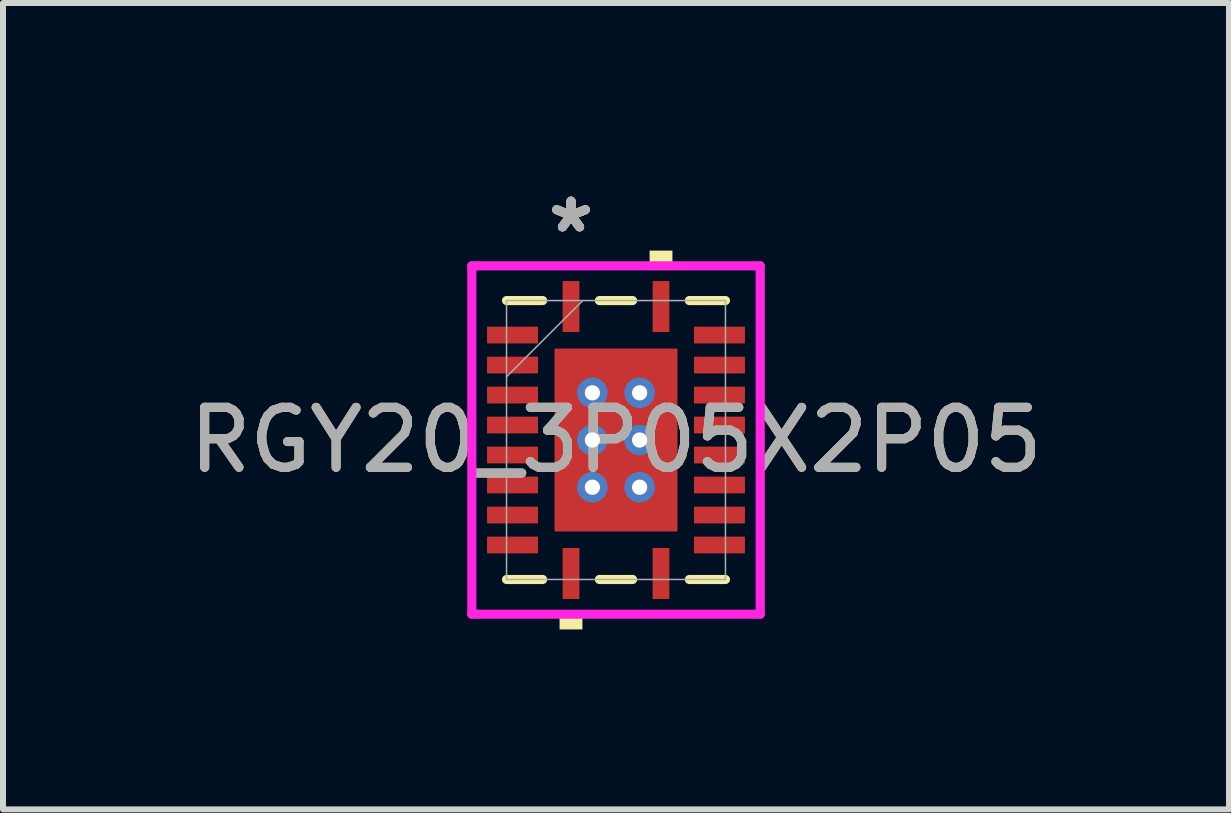
<source format=kicad_pcb>
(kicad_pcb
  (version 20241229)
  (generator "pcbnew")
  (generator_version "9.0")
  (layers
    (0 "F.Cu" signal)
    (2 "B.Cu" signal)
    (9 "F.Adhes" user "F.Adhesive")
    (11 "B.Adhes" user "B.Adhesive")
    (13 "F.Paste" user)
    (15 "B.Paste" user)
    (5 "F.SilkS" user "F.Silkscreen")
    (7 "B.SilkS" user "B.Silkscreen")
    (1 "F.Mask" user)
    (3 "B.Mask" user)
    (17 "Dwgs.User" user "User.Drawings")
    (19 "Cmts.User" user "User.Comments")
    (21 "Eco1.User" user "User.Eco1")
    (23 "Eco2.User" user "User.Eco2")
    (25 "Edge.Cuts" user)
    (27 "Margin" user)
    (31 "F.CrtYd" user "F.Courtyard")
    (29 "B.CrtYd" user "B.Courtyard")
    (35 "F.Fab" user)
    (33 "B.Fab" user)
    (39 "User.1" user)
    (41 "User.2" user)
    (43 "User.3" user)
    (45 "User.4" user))
  (footprint "RGY20_3P05X2P05"
    (layer "F.Cu")
    (at 7.22 4.286)
    (property "Reference" "RGY20_3P05X2P05" (at 0 0 0) (unlocked yes) (layer "F.SilkS") (effects (font (size 1 1) (thickness 0.15))))
    (attr smd)
    (fp_poly (pts (xy -2.22 -1.96) (xy -2.22 -1.54) (xy -1.23 -1.54) (xy -1.23 -1.96)) (stroke (width 0) (type solid)) (fill yes) (layer "F.Mask"))
    (fp_poly (pts (xy -2.22 -1.46) (xy -2.22 -1.04) (xy -1.23 -1.04) (xy -1.23 -1.46)) (stroke (width 0) (type solid)) (fill yes) (layer "F.Mask"))
    (fp_poly (pts (xy -2.22 -0.96) (xy -2.22 -0.54) (xy -1.23 -0.54) (xy -1.23 -0.96)) (stroke (width 0) (type solid)) (fill yes) (layer "F.Mask"))
    (fp_poly (pts (xy -2.22 -0.46) (xy -2.22 -0.04) (xy -1.23 -0.04) (xy -1.23 -0.46)) (stroke (width 0) (type solid)) (fill yes) (layer "F.Mask"))
    (fp_poly (pts (xy -2.22 0.04) (xy -2.22 0.46) (xy -1.23 0.46) (xy -1.23 0.04)) (stroke (width 0) (type solid)) (fill yes) (layer "F.Mask"))
    (fp_poly (pts (xy -2.22 0.54) (xy -2.22 0.96) (xy -1.23 0.96) (xy -1.23 0.54)) (stroke (width 0) (type solid)) (fill yes) (layer "F.Mask"))
    (fp_poly (pts (xy -2.22 1.04) (xy -2.22 1.46) (xy -1.23 1.46) (xy -1.23 1.04)) (stroke (width 0) (type solid)) (fill yes) (layer "F.Mask"))
    (fp_poly (pts (xy -2.22 1.54) (xy -2.22 1.96) (xy -1.23 1.96) (xy -1.23 1.54)) (stroke (width 0) (type solid)) (fill yes) (layer "F.Mask"))
    (fp_poly (pts (xy -1.089 -1.588) (xy -0.594 -1.588) (xy -0.594 1.588) (xy -1.089 1.588)) (stroke (width 0) (type solid)) (fill yes) (layer "F.Mask"))
    (fp_poly (pts (xy -1.089 -1.588) (xy 1.089 -1.588) (xy 1.089 -0.987) (xy -1.089 -0.987)) (stroke (width 0) (type solid)) (fill yes) (layer "F.Mask"))
    (fp_poly (pts (xy -1.089 -0.587) (xy 1.089 -0.587) (xy 1.089 -0.2) (xy -1.089 -0.2)) (stroke (width 0) (type solid)) (fill yes) (layer "F.Mask"))
    (fp_poly (pts (xy -1.089 0.2) (xy 1.089 0.2) (xy 1.089 0.587) (xy -1.089 0.587)) (stroke (width 0) (type solid)) (fill yes) (layer "F.Mask"))
    (fp_poly (pts (xy -1.089 0.987) (xy 1.089 0.987) (xy 1.089 1.588) (xy -1.089 1.588)) (stroke (width 0) (type solid)) (fill yes) (layer "F.Mask"))
    (fp_poly (pts (xy -0.96 -2.72) (xy -0.96 -1.73) (xy -0.54 -1.73) (xy -0.54 -2.72)) (stroke (width 0) (type solid)) (fill yes) (layer "F.Mask"))
    (fp_poly (pts (xy -0.96 1.73) (xy -0.96 2.72) (xy -0.54 2.72) (xy -0.54 1.73)) (stroke (width 0) (type solid)) (fill yes) (layer "F.Mask"))
    (fp_poly (pts (xy 0.194 -1.588) (xy -0.194 -1.588) (xy -0.194 1.588) (xy 0.194 1.588)) (stroke (width 0) (type solid)) (fill yes) (layer "F.Mask"))
    (fp_poly (pts (xy 0.54 -2.72) (xy 0.54 -1.73) (xy 0.96 -1.73) (xy 0.96 -2.72)) (stroke (width 0) (type solid)) (fill yes) (layer "F.Mask"))
    (fp_poly (pts (xy 0.54 1.73) (xy 0.54 2.72) (xy 0.96 2.72) (xy 0.96 1.73)) (stroke (width 0) (type solid)) (fill yes) (layer "F.Mask"))
    (fp_poly (pts (xy 0.594 -1.588) (xy 1.089 -1.588) (xy 1.089 1.588) (xy 0.594 1.588)) (stroke (width 0) (type solid)) (fill yes) (layer "F.Mask"))
    (fp_poly (pts (xy 1.23 -1.96) (xy 1.23 -1.54) (xy 2.22 -1.54) (xy 2.22 -1.96)) (stroke (width 0) (type solid)) (fill yes) (layer "F.Mask"))
    (fp_poly (pts (xy 1.23 -1.46) (xy 1.23 -1.04) (xy 2.22 -1.04) (xy 2.22 -1.46)) (stroke (width 0) (type solid)) (fill yes) (layer "F.Mask"))
    (fp_poly (pts (xy 1.23 -0.96) (xy 1.23 -0.54) (xy 2.22 -0.54) (xy 2.22 -0.96)) (stroke (width 0) (type solid)) (fill yes) (layer "F.Mask"))
    (fp_poly (pts (xy 1.23 -0.46) (xy 1.23 -0.04) (xy 2.22 -0.04) (xy 2.22 -0.46)) (stroke (width 0) (type solid)) (fill yes) (layer "F.Mask"))
    (fp_poly (pts (xy 1.23 0.04) (xy 1.23 0.46) (xy 2.22 0.46) (xy 2.22 0.04)) (stroke (width 0) (type solid)) (fill yes) (layer "F.Mask"))
    (fp_poly (pts (xy 1.23 0.54) (xy 1.23 0.96) (xy 2.22 0.96) (xy 2.22 0.54)) (stroke (width 0) (type solid)) (fill yes) (layer "F.Mask"))
    (fp_poly (pts (xy 1.23 1.04) (xy 1.23 1.46) (xy 2.22 1.46) (xy 2.22 1.04)) (stroke (width 0) (type solid)) (fill yes) (layer "F.Mask"))
    (fp_poly (pts (xy 1.23 1.54) (xy 1.23 1.96) (xy 2.22 1.96) (xy 2.22 1.54)) (stroke (width 0) (type solid)) (fill yes) (layer "F.Mask"))
    (fp_line (start -1.825 2.325) (end -1.223 2.325) (stroke (width 0.152) (type solid)) (layer "F.SilkS"))
    (fp_line (start -1.223 -2.325) (end -1.825 -2.325) (stroke (width 0.152) (type solid)) (layer "F.SilkS"))
    (fp_line (start -0.277 2.325) (end 0.277 2.325) (stroke (width 0.152) (type solid)) (layer "F.SilkS"))
    (fp_line (start 0.277 -2.325) (end -0.277 -2.325) (stroke (width 0.152) (type solid)) (layer "F.SilkS"))
    (fp_line (start 1.223 2.325) (end 1.825 2.325) (stroke (width 0.152) (type solid)) (layer "F.SilkS"))
    (fp_line (start 1.825 -2.325) (end 1.223 -2.325) (stroke (width 0.152) (type solid)) (layer "F.SilkS"))
    (fp_poly (pts (xy -0.941 2.904) (xy -0.941 3.158) (xy -0.56 3.158) (xy -0.56 2.904)) (stroke (width 0) (type solid)) (fill yes) (layer "F.SilkS"))
    (fp_poly (pts (xy 0.56 -2.904) (xy 0.56 -3.158) (xy 0.941 -3.158) (xy 0.941 -2.904)) (stroke (width 0) (type solid)) (fill yes) (layer "F.SilkS"))
    (fp_poly (pts (xy -2.125 -1.865) (xy -2.125 -1.635) (xy -1.325 -1.635) (xy -1.325 -1.865)) (stroke (width 0) (type solid)) (fill yes) (layer "F.Paste"))
    (fp_poly (pts (xy -2.125 -1.365) (xy -2.125 -1.135) (xy -1.325 -1.135) (xy -1.325 -1.365)) (stroke (width 0) (type solid)) (fill yes) (layer "F.Paste"))
    (fp_poly (pts (xy -2.125 -0.865) (xy -2.125 -0.635) (xy -1.325 -0.635) (xy -1.325 -0.865)) (stroke (width 0) (type solid)) (fill yes) (layer "F.Paste"))
    (fp_poly (pts (xy -2.125 -0.365) (xy -2.125 -0.135) (xy -1.325 -0.135) (xy -1.325 -0.365)) (stroke (width 0) (type solid)) (fill yes) (layer "F.Paste"))
    (fp_poly (pts (xy -2.125 0.135) (xy -2.125 0.365) (xy -1.325 0.365) (xy -1.325 0.135)) (stroke (width 0) (type solid)) (fill yes) (layer "F.Paste"))
    (fp_poly (pts (xy -2.125 0.635) (xy -2.125 0.865) (xy -1.325 0.865) (xy -1.325 0.635)) (stroke (width 0) (type solid)) (fill yes) (layer "F.Paste"))
    (fp_poly (pts (xy -2.125 1.135) (xy -2.125 1.365) (xy -1.325 1.365) (xy -1.325 1.135)) (stroke (width 0) (type solid)) (fill yes) (layer "F.Paste"))
    (fp_poly (pts (xy -2.125 1.635) (xy -2.125 1.865) (xy -1.325 1.865) (xy -1.325 1.635)) (stroke (width 0) (type solid)) (fill yes) (layer "F.Paste"))
    (fp_poly (pts (xy -0.865 -2.625) (xy -0.865 -1.825) (xy -0.635 -1.825) (xy -0.635 -2.625)) (stroke (width 0) (type solid)) (fill yes) (layer "F.Paste"))
    (fp_poly (pts (xy -0.865 1.825) (xy -0.865 2.625) (xy -0.635 2.625) (xy -0.635 1.825)) (stroke (width 0) (type solid)) (fill yes) (layer "F.Paste"))
    (fp_poly (pts (xy 0.635 -2.625) (xy 0.635 -1.825) (xy 0.865 -1.825) (xy 0.865 -2.625)) (stroke (width 0) (type solid)) (fill yes) (layer "F.Paste"))
    (fp_poly (pts (xy 0.635 1.825) (xy 0.635 2.625) (xy 0.865 2.625) (xy 0.865 1.825)) (stroke (width 0) (type solid)) (fill yes) (layer "F.Paste"))
    (fp_poly (pts (xy 1.325 -1.865) (xy 1.325 -1.635) (xy 2.125 -1.635) (xy 2.125 -1.865)) (stroke (width 0) (type solid)) (fill yes) (layer "F.Paste"))
    (fp_poly (pts (xy 1.325 -1.365) (xy 1.325 -1.135) (xy 2.125 -1.135) (xy 2.125 -1.365)) (stroke (width 0) (type solid)) (fill yes) (layer "F.Paste"))
    (fp_poly (pts (xy 1.325 -0.865) (xy 1.325 -0.635) (xy 2.125 -0.635) (xy 2.125 -0.865)) (stroke (width 0) (type solid)) (fill yes) (layer "F.Paste"))
    (fp_poly (pts (xy 1.325 -0.365) (xy 1.325 -0.135) (xy 2.125 -0.135) (xy 2.125 -0.365)) (stroke (width 0) (type solid)) (fill yes) (layer "F.Paste"))
    (fp_poly (pts (xy 1.325 0.135) (xy 1.325 0.365) (xy 2.125 0.365) (xy 2.125 0.135)) (stroke (width 0) (type solid)) (fill yes) (layer "F.Paste"))
    (fp_poly (pts (xy 1.325 0.635) (xy 1.325 0.865) (xy 2.125 0.865) (xy 2.125 0.635)) (stroke (width 0) (type solid)) (fill yes) (layer "F.Paste"))
    (fp_poly (pts (xy 1.325 1.135) (xy 1.325 1.365) (xy 2.125 1.365) (xy 2.125 1.135)) (stroke (width 0) (type solid)) (fill yes) (layer "F.Paste"))
    (fp_poly (pts (xy 1.325 1.635) (xy 1.325 1.865) (xy 2.125 1.865) (xy 2.125 1.635)) (stroke (width 0) (type solid)) (fill yes) (layer "F.Paste"))
    (fp_poly (pts (xy -0.95 -1.45) (xy -0.95 -0.887) (xy -0.635 -0.887) (xy -0.494 -1.029) (xy -0.494 -1.45)) (stroke (width 0) (type solid)) (fill yes) (layer "F.Paste"))
    (fp_poly (pts (xy -0.95 0.887) (xy -0.95 1.45) (xy -0.494 1.45) (xy -0.494 1.029) (xy -0.635 0.887)) (stroke (width 0) (type solid)) (fill yes) (layer "F.Paste"))
    (fp_poly (pts (xy 0.494 -1.45) (xy 0.494 -1.029) (xy 0.635 -0.887) (xy 0.95 -0.887) (xy 0.95 -1.45)) (stroke (width 0) (type solid)) (fill yes) (layer "F.Paste"))
    (fp_poly (pts (xy 0.635 0.887) (xy 0.494 1.029) (xy 0.494 1.45) (xy 0.95 1.45) (xy 0.95 0.887)) (stroke (width 0) (type solid)) (fill yes) (layer "F.Paste"))
    (fp_poly (pts (xy -0.95 -0.687) (xy -0.95 -0.1) (xy -0.635 -0.1) (xy -0.494 -0.241) (xy -0.494 -0.546) (xy -0.635 -0.687)) (stroke (width 0) (type solid)) (fill yes) (layer "F.Paste"))
    (fp_poly (pts (xy -0.95 0.1) (xy -0.95 0.687) (xy -0.635 0.687) (xy -0.494 0.546) (xy -0.494 0.241) (xy -0.635 0.1)) (stroke (width 0) (type solid)) (fill yes) (layer "F.Paste"))
    (fp_poly (pts (xy -0.294 -1.45) (xy -0.294 -1.029) (xy -0.152 -0.887) (xy 0.152 -0.887) (xy 0.294 -1.029) (xy 0.294 -1.45)) (stroke (width 0) (type solid)) (fill yes) (layer "F.Paste"))
    (fp_poly (pts (xy -0.152 0.887) (xy -0.294 1.029) (xy -0.294 1.45) (xy 0.294 1.45) (xy 0.294 1.029) (xy 0.152 0.887)) (stroke (width 0) (type solid)) (fill yes) (layer "F.Paste"))
    (fp_poly (pts (xy 0.635 -0.687) (xy 0.494 -0.546) (xy 0.494 -0.241) (xy 0.635 -0.1) (xy 0.95 -0.1) (xy 0.95 -0.687)) (stroke (width 0) (type solid)) (fill yes) (layer "F.Paste"))
    (fp_poly (pts (xy 0.635 0.1) (xy 0.494 0.241) (xy 0.494 0.546) (xy 0.635 0.687) (xy 0.95 0.687) (xy 0.95 0.1)) (stroke (width 0) (type solid)) (fill yes) (layer "F.Paste"))
    (fp_poly (pts (xy -0.152 -0.687) (xy -0.294 -0.546) (xy -0.294 -0.241) (xy -0.152 -0.1) (xy 0.152 -0.1) (xy 0.294 -0.241) (xy 0.294 -0.546) (xy 0.152 -0.687)) (stroke (width 0) (type solid)) (fill yes) (layer "F.Paste"))
    (fp_poly (pts (xy -0.152 0.1) (xy -0.294 0.241) (xy -0.294 0.546) (xy -0.152 0.687) (xy 0.152 0.687) (xy 0.294 0.546) (xy 0.294 0.241) (xy 0.152 0.1)) (stroke (width 0) (type solid)) (fill yes) (layer "F.Paste"))
    (fp_line (start -2.404 -2.904) (end 2.404 -2.904) (stroke (width 0.152) (type solid)) (layer "F.CrtYd"))
    (fp_line (start -2.404 2.904) (end -2.404 -2.904) (stroke (width 0.152) (type solid)) (layer "F.CrtYd"))
    (fp_line (start 2.404 -2.904) (end 2.404 2.904) (stroke (width 0.152) (type solid)) (layer "F.CrtYd"))
    (fp_line (start 2.404 2.904) (end -2.404 2.904) (stroke (width 0.152) (type solid)) (layer "F.CrtYd"))
    (fp_line (start -1.825 -2.325) (end -1.825 2.325) (stroke (width 0.025) (type solid)) (layer "F.Fab"))
    (fp_line (start -1.825 -1.055) (end -0.555 -2.325) (stroke (width 0.025) (type solid)) (layer "F.Fab"))
    (fp_line (start -1.825 2.325) (end 1.825 2.325) (stroke (width 0.025) (type solid)) (layer "F.Fab"))
    (fp_line (start 1.825 -2.325) (end -1.825 -2.325) (stroke (width 0.025) (type solid)) (layer "F.Fab"))
    (fp_line (start 1.825 2.325) (end 1.825 -2.325) (stroke (width 0.025) (type solid)) (layer "F.Fab"))
    (fp_text user "*" (at -0.75 -3.437 0) (unlocked yes) (layer "F.SilkS") (effects (font (size 1 1) (thickness 0.15))))
    (fp_text user "*" (at -0.75 -3.437 0) (layer "F.SilkS") (effects (font (size 1 1) (thickness 0.15))))
    (fp_text user "*" (at -0.75 -3.437 0) (layer "F.Fab") (effects (font (size 1 1) (thickness 0.15))))
    (fp_text user "${REFERENCE}" (at 0 0 0) (unlocked yes) (layer "F.Fab") (effects (font (size 1 1) (thickness 0.15))))
    (fp_text user "*" (at -0.75 -3.437 0) (unlocked yes) (layer "F.Fab") (effects (font (size 1 1) (thickness 0.15))))
    (pad "1" smd rect (at -0.75 -2.225) (size 0.28 0.85) (layers "F.Cu" "F.Mask"))
    (pad "2" smd rect (at -1.725 -1.75 90) (size 0.28 0.85) (layers "F.Cu" "F.Mask"))
    (pad "3" smd rect (at -1.725 -1.25 90) (size 0.28 0.85) (layers "F.Cu" "F.Mask"))
    (pad "4" smd rect (at -1.725 -0.75 90) (size 0.28 0.85) (layers "F.Cu" "F.Mask"))
    (pad "5" smd rect (at -1.725 -0.25 90) (size 0.28 0.85) (layers "F.Cu" "F.Mask"))
    (pad "6" smd rect (at -1.725 0.25 90) (size 0.28 0.85) (layers "F.Cu" "F.Mask"))
    (pad "7" smd rect (at -1.725 0.75 90) (size 0.28 0.85) (layers "F.Cu" "F.Mask"))
    (pad "8" smd rect (at -1.725 1.25 90) (size 0.28 0.85) (layers "F.Cu" "F.Mask"))
    (pad "9" smd rect (at -1.725 1.75 90) (size 0.28 0.85) (layers "F.Cu" "F.Mask"))
    (pad "10" smd rect (at -0.75 2.225) (size 0.28 0.85) (layers "F.Cu" "F.Mask"))
    (pad "11" smd rect (at 0.75 2.225) (size 0.28 0.85) (layers "F.Cu" "F.Mask"))
    (pad "12" smd rect (at 1.725 1.75 90) (size 0.28 0.85) (layers "F.Cu" "F.Mask"))
    (pad "13" smd rect (at 1.725 1.25 90) (size 0.28 0.85) (layers "F.Cu" "F.Mask"))
    (pad "14" smd rect (at 1.725 0.75 90) (size 0.28 0.85) (layers "F.Cu" "F.Mask"))
    (pad "15" smd rect (at 1.725 0.25 90) (size 0.28 0.85) (layers "F.Cu" "F.Mask"))
    (pad "16" smd rect (at 1.725 -0.25 90) (size 0.28 0.85) (layers "F.Cu" "F.Mask"))
    (pad "17" smd rect (at 1.725 -0.75 90) (size 0.28 0.85) (layers "F.Cu" "F.Mask"))
    (pad "18" smd rect (at 1.725 -1.25 90) (size 0.28 0.85) (layers "F.Cu" "F.Mask"))
    (pad "19" smd rect (at 1.725 -1.75 90) (size 0.28 0.85) (layers "F.Cu" "F.Mask"))
    (pad "20" smd rect (at 0.75 -2.225) (size 0.28 0.85) (layers "F.Cu" "F.Mask"))
    (pad "21" smd rect (at 0 0) (size 2.05 3.05) (layers "F.Cu"))
    (pad "V" thru_hole circle (at -0.394 -0.787) (size 0.508 0.508) (drill 0.254) (layers "*.Cu" "*.Mask"))
    (pad "V" thru_hole circle (at -0.394 0) (size 0.508 0.508) (drill 0.254) (layers "*.Cu" "*.Mask"))
    (pad "V" thru_hole circle (at -0.394 0.787) (size 0.508 0.508) (drill 0.254) (layers "*.Cu" "*.Mask"))
    (pad "V" thru_hole circle (at 0.394 -0.787) (size 0.508 0.508) (drill 0.254) (layers "*.Cu" "*.Mask"))
    (pad "V" thru_hole circle (at 0.394 0) (size 0.508 0.508) (drill 0.254) (layers "*.Cu" "*.Mask"))
    (pad "V" thru_hole circle (at 0.394 0.787) (size 0.508 0.508) (drill 0.254) (layers "*.Cu" "*.Mask")))
  (gr_rect
    (start -3 -3)
    (end 17.44 10.444)
    (stroke (width 0.1) (type default))
    (fill no)
    (layer "Edge.Cuts")))
</source>
